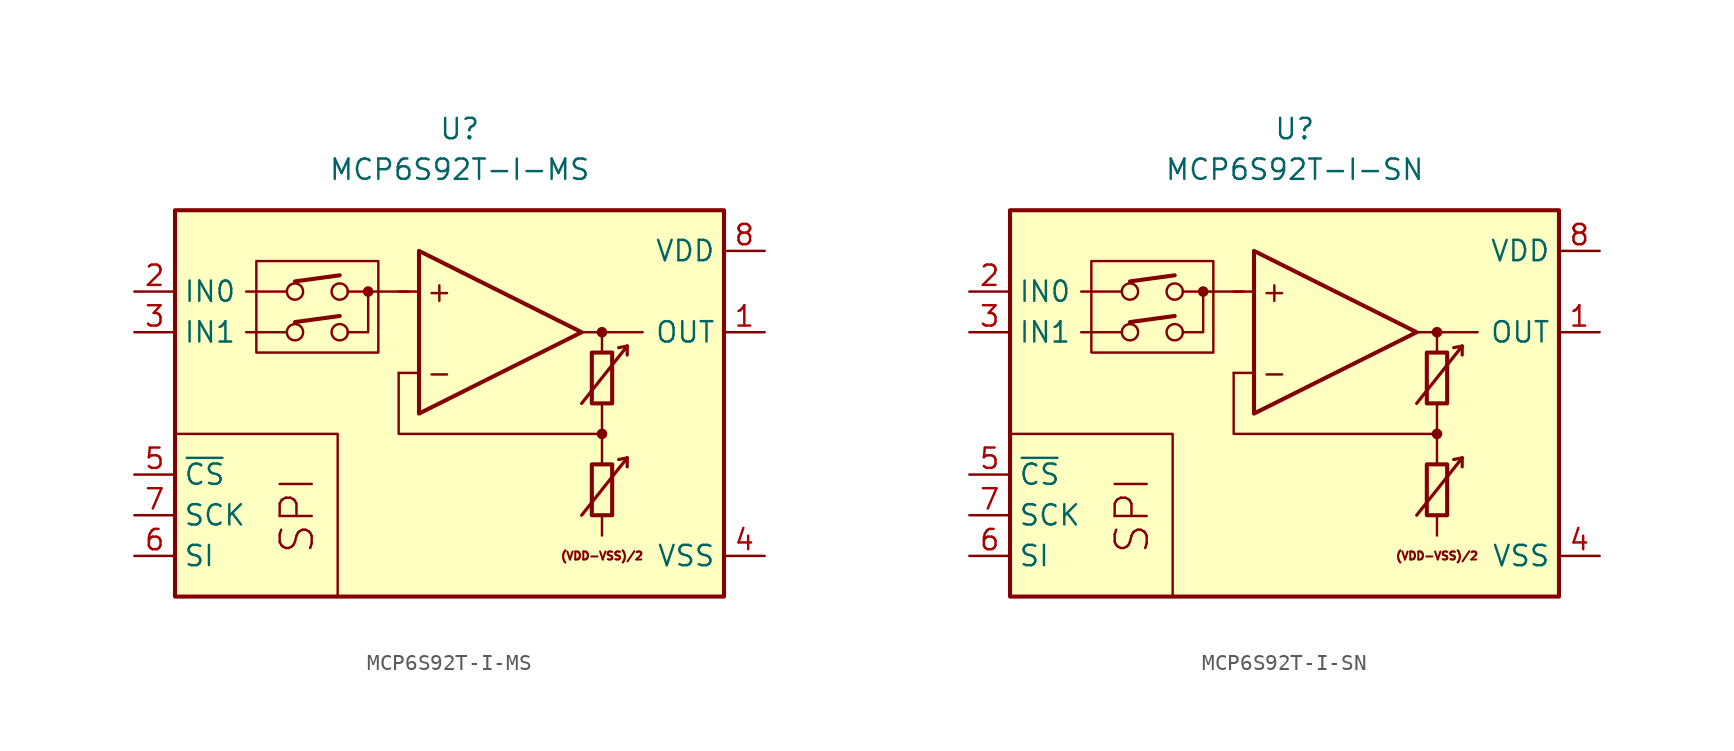
<source format=kicad_sym>
(kicad_symbol_lib
  (version 20211014)
  (generator kicad_symbol_editor)
  (symbol "MCP6S92T-I-MS"
    (property "Reference" "U"
      (at 0 17.78 0)
      (effects (font (size 1.27 1.27))))
    (property "Value" "MCP6S92T-I-MS"
      (at 0 15.24 0)
      (effects (font (size 1.27 1.27))))
    (symbol "MCP6S92T-I-MS_0_0"
      (rectangle (start -17.78 12.7) (end 16.51 -11.43) (stroke (width 0.254) (type default) (color 0 0 0 0)) (fill (type background)))
      (rectangle (start -12.7 9.525) (end -5.08 3.81) (stroke (width 0.152) (type default) (color 0 0 0 0)) (fill (type none)))
      (circle (center -10.287 5.08) (radius 0.508) (stroke (width 0) (type default) (color 0 0 0 0)) (fill (type none)))
      (circle (center -10.287 7.62) (radius 0.508) (stroke (width 0) (type default) (color 0 0 0 0)) (fill (type none)))
      (circle (center -7.493 5.08) (radius 0.508) (stroke (width 0) (type default) (color 0 0 0 0)) (fill (type none)))
      (circle (center -7.493 7.62) (radius 0.508) (stroke (width 0) (type default) (color 0 0 0 0)) (fill (type none)))
      (circle (center -5.715 7.62) (radius 0.254) (stroke (width 0.152) (type default) (color 0 0 0 0)) (fill (type outline)))
      (polyline (pts (xy 8.89 -3.81)) (stroke (width 0.152) (type default) (color 0 0 0 0)) (fill (type none)))
      (polyline (pts (xy 8.89 3.81)) (stroke (width 0.152) (type default) (color 0 0 0 0)) (fill (type none)))
      (polyline (pts (xy -10.795 5.08) (xy -13.335 5.08)) (stroke (width 0.152) (type default) (color 0 0 0 0)) (fill (type none)))
      (polyline (pts (xy -10.795 7.62) (xy -13.335 7.62)) (stroke (width 0.152) (type default) (color 0 0 0 0)) (fill (type none)))
      (polyline (pts (xy -10.287 5.715) (xy -7.493 6.096)) (stroke (width 0.254) (type default) (color 0 0 0 0)) (fill (type none)))
      (polyline (pts (xy -10.287 8.255) (xy -7.493 8.636)) (stroke (width 0.254) (type default) (color 0 0 0 0)) (fill (type none)))
      (polyline (pts (xy -3.175 7.62) (xy -6.985 7.62)) (stroke (width 0.152) (type default) (color 0 0 0 0)) (fill (type none)))
      (polyline (pts (xy -2.54 2.54) (xy -3.81 2.54)) (stroke (width 0.152) (type default) (color 0 0 0 0)) (fill (type none)))
      (polyline (pts (xy -2.54 7.62) (xy -3.81 7.62)) (stroke (width 0.152) (type default) (color 0 0 0 0)) (fill (type none)))
      (polyline (pts (xy 7.62 5.08) (xy 11.43 5.08)) (stroke (width 0.152) (type default) (color 0 0 0 0)) (fill (type none)))
      (polyline (pts (xy 8.89 -6.35) (xy 8.89 -7.62)) (stroke (width 0.152) (type default) (color 0 0 0 0)) (fill (type none)))
      (polyline (pts (xy 8.89 -1.27) (xy 8.89 -3.175)) (stroke (width 0.152) (type default) (color 0 0 0 0)) (fill (type none)))
      (polyline (pts (xy 8.89 0.635) (xy 8.89 -1.27)) (stroke (width 0.152) (type default) (color 0 0 0 0)) (fill (type none)))
      (polyline (pts (xy 8.89 5.08) (xy 8.89 3.81)) (stroke (width 0.152) (type default) (color 0 0 0 0)) (fill (type none)))
      (polyline (pts (xy -7.62 -11.43) (xy -7.62 -1.27) (xy -17.78 -1.27)) (stroke (width 0.152) (type default) (color 0 0 0 0)) (fill (type none)))
      (polyline (pts (xy -6.985 5.08) (xy -5.715 5.08) (xy -5.715 7.62)) (stroke (width 0.152) (type default) (color 0 0 0 0)) (fill (type none)))
      (polyline (pts (xy 8.89 -1.27) (xy -3.81 -1.27) (xy -3.81 2.54)) (stroke (width 0.152) (type default) (color 0 0 0 0)) (fill (type none)))
      (circle (center 8.89 -1.27) (radius 0.254) (stroke (width 0.152) (type default) (color 0 0 0 0)) (fill (type outline)))
      (circle (center 8.89 5.08) (radius 0.254) (stroke (width 0.152) (type default) (color 0 0 0 0)) (fill (type outline)))
      (text "(VDD-VSS)/2" (at 8.89 -8.89 0) (effects (font (size 0.5 0.5))))
      (text "+" (at -1.27 7.62 0) (effects (font (size 1.27 1.27))))
      (text "-" (at -1.27 2.54 0) (effects (font (size 1.27 1.27))))
      (text "SPI" (at -10.16 -6.35 900) (effects (font (size 2 2)))))
    (symbol "MCP6S92T-I-MS_0_1"
      (polyline (pts (xy 10.465 -2.769) (xy 9.931 -2.87)) (stroke (width 0.2) (type default) (color 0 0 0 0)) (fill (type none)))
      (polyline (pts (xy 10.465 -2.769) (xy 10.465 -3.327)) (stroke (width 0.2) (type default) (color 0 0 0 0)) (fill (type none)))
      (polyline (pts (xy 10.465 4.216) (xy 9.931 4.115)) (stroke (width 0.2) (type default) (color 0 0 0 0)) (fill (type none)))
      (polyline (pts (xy 10.465 4.216) (xy 10.465 3.658)) (stroke (width 0.2) (type default) (color 0 0 0 0)) (fill (type none)))
      (polyline (pts (xy -2.54 10.16) (xy -2.54 0) (xy 7.62 5.08) (xy -2.54 10.16)) (stroke (width 0.254) (type default) (color 0 0 0 0)) (fill (type background)))
      (polyline (pts (xy 7.62 -6.35) (xy 10.465 -2.769) (xy 10.465 -2.769) (xy 10.465 -2.769)) (stroke (width 0.2) (type default) (color 0 0 0 0)) (fill (type none)))
      (polyline (pts (xy 7.62 0.635) (xy 10.465 4.216) (xy 10.465 4.216) (xy 10.465 4.216)) (stroke (width 0.2) (type default) (color 0 0 0 0)) (fill (type none)))
      (rectangle (start 8.255 -3.175) (end 9.525 -6.35) (stroke (width 0.254) (type default) (color 0 0 0 0)) (fill (type none)))
      (rectangle (start 8.255 3.81) (end 9.525 0.635) (stroke (width 0.254) (type default) (color 0 0 0 0)) (fill (type none))))
    (symbol "MCP6S92T-I-MS_1_1"
      (pin output line (at 19.05 5.08 180) (length 2.54) (name "OUT" (effects (font (size 1.27 1.27)))) (number "1" (effects (font (size 1.27 1.27)))))
      (pin input line (at -20.32 7.62 0) (length 2.54) (name "IN0" (effects (font (size 1.27 1.27)))) (number "2" (effects (font (size 1.27 1.27)))))
      (pin input line (at -20.32 5.08 0) (length 2.54) (name "IN1" (effects (font (size 1.27 1.27)))) (number "3" (effects (font (size 1.27 1.27)))))
      (pin power_in line (at 19.05 -8.89 180) (length 2.54) (name "VSS" (effects (font (size 1.27 1.27)))) (number "4" (effects (font (size 1.27 1.27)))))
      (pin input line (at -20.32 -3.81 0) (length 2.54) (name "~{CS}" (effects (font (size 1.27 1.27)))) (number "5" (effects (font (size 1.27 1.27)))))
      (pin input line (at -20.32 -8.89 0) (length 2.54) (name "SI" (effects (font (size 1.27 1.27)))) (number "6" (effects (font (size 1.27 1.27)))))
      (pin input line (at -20.32 -6.35 0) (length 2.54) (name "SCK" (effects (font (size 1.27 1.27)))) (number "7" (effects (font (size 1.27 1.27)))))
      (pin power_in line (at 19.05 10.16 180) (length 2.54) (name "VDD" (effects (font (size 1.27 1.27)))) (number "8" (effects (font (size 1.27 1.27)))))))
  (symbol "MCP6S92T-I-SN"
    (property "Reference" "U"
      (at 0 17.78 0)
      (effects (font (size 1.27 1.27))))
    (property "Value" "MCP6S92T-I-SN"
      (at 0 15.24 0)
      (effects (font (size 1.27 1.27))))
    (symbol "MCP6S92T-I-SN_0_0"
      (rectangle (start -17.78 12.7) (end 16.51 -11.43) (stroke (width 0.254) (type default) (color 0 0 0 0)) (fill (type background)))
      (rectangle (start -12.7 9.525) (end -5.08 3.81) (stroke (width 0.152) (type default) (color 0 0 0 0)) (fill (type none)))
      (circle (center -10.287 5.08) (radius 0.508) (stroke (width 0) (type default) (color 0 0 0 0)) (fill (type none)))
      (circle (center -10.287 7.62) (radius 0.508) (stroke (width 0) (type default) (color 0 0 0 0)) (fill (type none)))
      (circle (center -7.493 5.08) (radius 0.508) (stroke (width 0) (type default) (color 0 0 0 0)) (fill (type none)))
      (circle (center -7.493 7.62) (radius 0.508) (stroke (width 0) (type default) (color 0 0 0 0)) (fill (type none)))
      (circle (center -5.715 7.62) (radius 0.254) (stroke (width 0.152) (type default) (color 0 0 0 0)) (fill (type outline)))
      (polyline (pts (xy 8.89 -3.81)) (stroke (width 0.152) (type default) (color 0 0 0 0)) (fill (type none)))
      (polyline (pts (xy 8.89 3.81)) (stroke (width 0.152) (type default) (color 0 0 0 0)) (fill (type none)))
      (polyline (pts (xy -10.795 5.08) (xy -13.335 5.08)) (stroke (width 0.152) (type default) (color 0 0 0 0)) (fill (type none)))
      (polyline (pts (xy -10.795 7.62) (xy -13.335 7.62)) (stroke (width 0.152) (type default) (color 0 0 0 0)) (fill (type none)))
      (polyline (pts (xy -10.287 5.715) (xy -7.493 6.096)) (stroke (width 0.254) (type default) (color 0 0 0 0)) (fill (type none)))
      (polyline (pts (xy -10.287 8.255) (xy -7.493 8.636)) (stroke (width 0.254) (type default) (color 0 0 0 0)) (fill (type none)))
      (polyline (pts (xy -3.175 7.62) (xy -6.985 7.62)) (stroke (width 0.152) (type default) (color 0 0 0 0)) (fill (type none)))
      (polyline (pts (xy -2.54 2.54) (xy -3.81 2.54)) (stroke (width 0.152) (type default) (color 0 0 0 0)) (fill (type none)))
      (polyline (pts (xy -2.54 7.62) (xy -3.81 7.62)) (stroke (width 0.152) (type default) (color 0 0 0 0)) (fill (type none)))
      (polyline (pts (xy 7.62 5.08) (xy 11.43 5.08)) (stroke (width 0.152) (type default) (color 0 0 0 0)) (fill (type none)))
      (polyline (pts (xy 8.89 -6.35) (xy 8.89 -7.62)) (stroke (width 0.152) (type default) (color 0 0 0 0)) (fill (type none)))
      (polyline (pts (xy 8.89 -1.27) (xy 8.89 -3.175)) (stroke (width 0.152) (type default) (color 0 0 0 0)) (fill (type none)))
      (polyline (pts (xy 8.89 0.635) (xy 8.89 -1.27)) (stroke (width 0.152) (type default) (color 0 0 0 0)) (fill (type none)))
      (polyline (pts (xy 8.89 5.08) (xy 8.89 3.81)) (stroke (width 0.152) (type default) (color 0 0 0 0)) (fill (type none)))
      (polyline (pts (xy -7.62 -11.43) (xy -7.62 -1.27) (xy -17.78 -1.27)) (stroke (width 0.152) (type default) (color 0 0 0 0)) (fill (type none)))
      (polyline (pts (xy -6.985 5.08) (xy -5.715 5.08) (xy -5.715 7.62)) (stroke (width 0.152) (type default) (color 0 0 0 0)) (fill (type none)))
      (polyline (pts (xy 8.89 -1.27) (xy -3.81 -1.27) (xy -3.81 2.54)) (stroke (width 0.152) (type default) (color 0 0 0 0)) (fill (type none)))
      (circle (center 8.89 -1.27) (radius 0.254) (stroke (width 0.152) (type default) (color 0 0 0 0)) (fill (type outline)))
      (circle (center 8.89 5.08) (radius 0.254) (stroke (width 0.152) (type default) (color 0 0 0 0)) (fill (type outline)))
      (text "(VDD-VSS)/2" (at 8.89 -8.89 0) (effects (font (size 0.5 0.5))))
      (text "+" (at -1.27 7.62 0) (effects (font (size 1.27 1.27))))
      (text "-" (at -1.27 2.54 0) (effects (font (size 1.27 1.27))))
      (text "SPI" (at -10.16 -6.35 900) (effects (font (size 2 2)))))
    (symbol "MCP6S92T-I-SN_0_1"
      (polyline (pts (xy 10.465 -2.769) (xy 9.931 -2.87)) (stroke (width 0.2) (type default) (color 0 0 0 0)) (fill (type none)))
      (polyline (pts (xy 10.465 -2.769) (xy 10.465 -3.327)) (stroke (width 0.2) (type default) (color 0 0 0 0)) (fill (type none)))
      (polyline (pts (xy 10.465 4.216) (xy 9.931 4.115)) (stroke (width 0.2) (type default) (color 0 0 0 0)) (fill (type none)))
      (polyline (pts (xy 10.465 4.216) (xy 10.465 3.658)) (stroke (width 0.2) (type default) (color 0 0 0 0)) (fill (type none)))
      (polyline (pts (xy -2.54 10.16) (xy -2.54 0) (xy 7.62 5.08) (xy -2.54 10.16)) (stroke (width 0.254) (type default) (color 0 0 0 0)) (fill (type background)))
      (polyline (pts (xy 7.62 -6.35) (xy 10.465 -2.769) (xy 10.465 -2.769) (xy 10.465 -2.769)) (stroke (width 0.2) (type default) (color 0 0 0 0)) (fill (type none)))
      (polyline (pts (xy 7.62 0.635) (xy 10.465 4.216) (xy 10.465 4.216) (xy 10.465 4.216)) (stroke (width 0.2) (type default) (color 0 0 0 0)) (fill (type none)))
      (rectangle (start 8.255 -3.175) (end 9.525 -6.35) (stroke (width 0.254) (type default) (color 0 0 0 0)) (fill (type none)))
      (rectangle (start 8.255 3.81) (end 9.525 0.635) (stroke (width 0.254) (type default) (color 0 0 0 0)) (fill (type none))))
    (symbol "MCP6S92T-I-SN_1_1"
      (pin output line (at 19.05 5.08 180) (length 2.54) (name "OUT" (effects (font (size 1.27 1.27)))) (number "1" (effects (font (size 1.27 1.27)))))
      (pin input line (at -20.32 7.62 0) (length 2.54) (name "IN0" (effects (font (size 1.27 1.27)))) (number "2" (effects (font (size 1.27 1.27)))))
      (pin input line (at -20.32 5.08 0) (length 2.54) (name "IN1" (effects (font (size 1.27 1.27)))) (number "3" (effects (font (size 1.27 1.27)))))
      (pin power_in line (at 19.05 -8.89 180) (length 2.54) (name "VSS" (effects (font (size 1.27 1.27)))) (number "4" (effects (font (size 1.27 1.27)))))
      (pin input line (at -20.32 -3.81 0) (length 2.54) (name "~{CS}" (effects (font (size 1.27 1.27)))) (number "5" (effects (font (size 1.27 1.27)))))
      (pin input line (at -20.32 -8.89 0) (length 2.54) (name "SI" (effects (font (size 1.27 1.27)))) (number "6" (effects (font (size 1.27 1.27)))))
      (pin input line (at -20.32 -6.35 0) (length 2.54) (name "SCK" (effects (font (size 1.27 1.27)))) (number "7" (effects (font (size 1.27 1.27)))))
      (pin power_in line (at 19.05 10.16 180) (length 2.54) (name "VDD" (effects (font (size 1.27 1.27)))) (number "8" (effects (font (size 1.27 1.27))))))))
</source>
